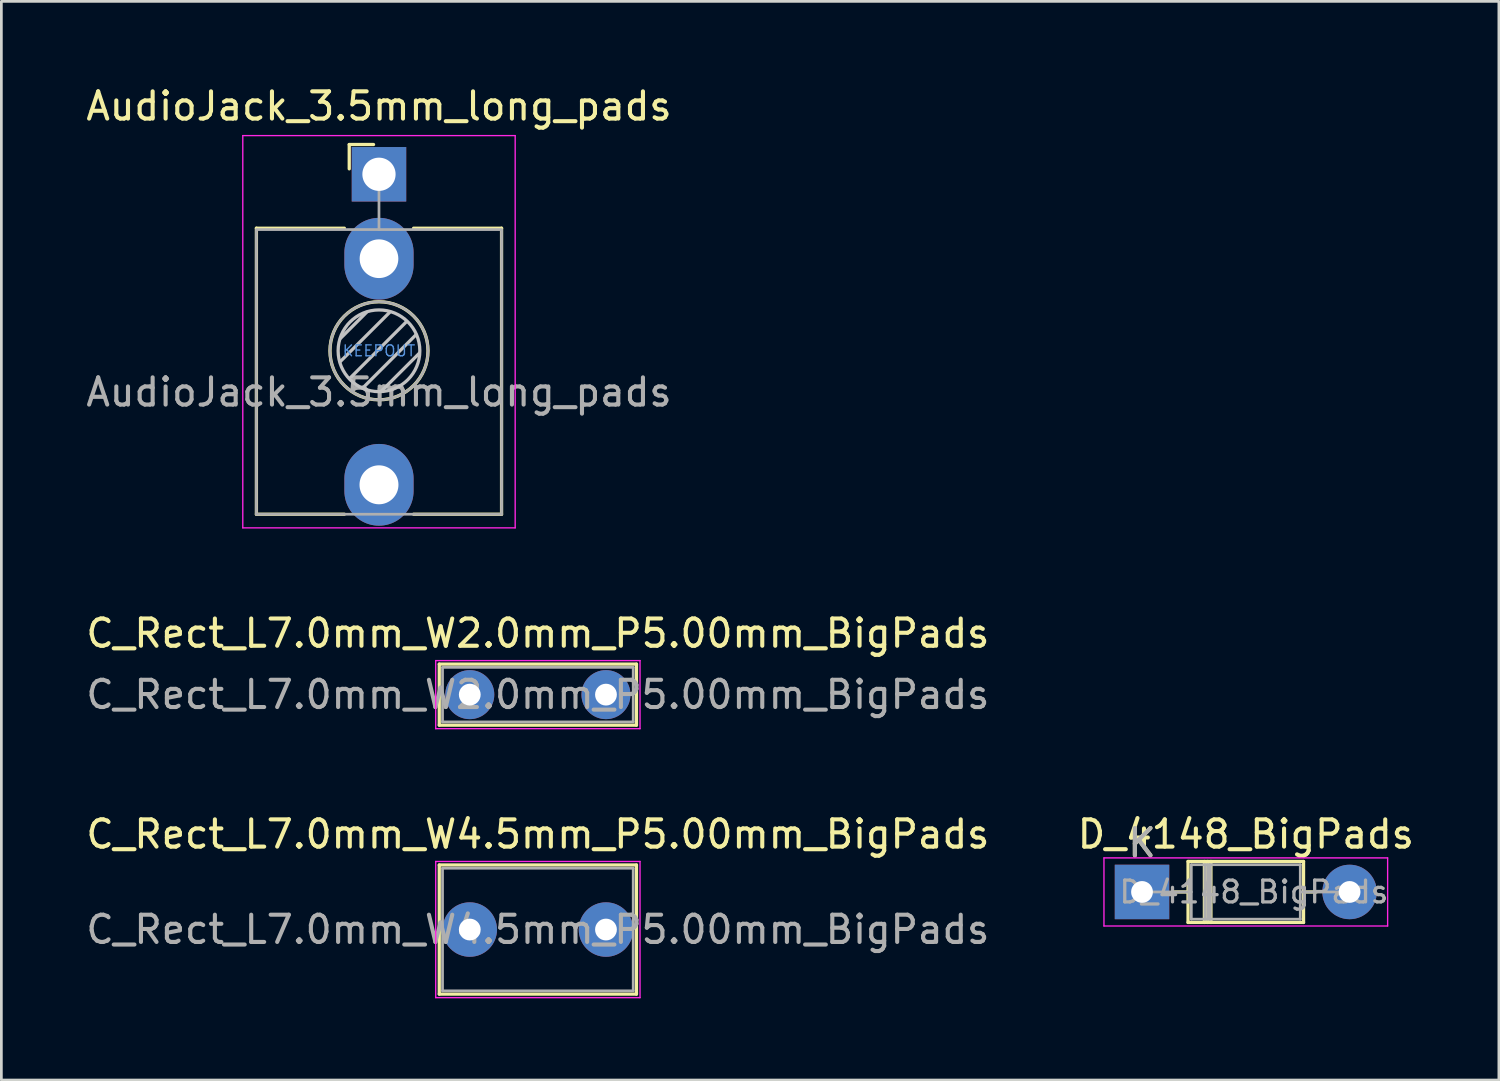
<source format=kicad_pcb>
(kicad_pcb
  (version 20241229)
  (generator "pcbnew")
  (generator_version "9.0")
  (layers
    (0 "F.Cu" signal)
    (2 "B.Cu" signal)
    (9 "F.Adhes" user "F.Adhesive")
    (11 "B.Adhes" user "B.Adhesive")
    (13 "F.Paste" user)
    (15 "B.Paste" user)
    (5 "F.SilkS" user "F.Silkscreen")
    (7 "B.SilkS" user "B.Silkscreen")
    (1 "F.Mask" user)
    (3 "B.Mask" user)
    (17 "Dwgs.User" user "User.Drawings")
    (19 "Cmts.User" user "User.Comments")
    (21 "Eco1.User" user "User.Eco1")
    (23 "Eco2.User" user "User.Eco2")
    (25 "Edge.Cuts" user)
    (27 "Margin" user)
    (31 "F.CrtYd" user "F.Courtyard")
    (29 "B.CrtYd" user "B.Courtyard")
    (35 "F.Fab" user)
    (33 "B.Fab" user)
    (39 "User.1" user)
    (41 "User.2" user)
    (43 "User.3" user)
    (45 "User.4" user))
  (footprint "AudioJack_3.5mm_long_pads"
    (layer "F.Cu")
    (at 10.863 3.348)
    (property "Reference" "AudioJack_3.5mm_long_pads" (at 0 -2.5 0) (layer "F.SilkS") (effects (font (size 1 1) (thickness 0.15))))
    (attr through_hole)
    (fp_line (start -4.5 1.98) (end -4.5 12.48) (stroke (width 0.12) (type solid)) (layer "F.SilkS"))
    (fp_line (start -1.27 1.98) (end -4.5 1.98) (stroke (width 0.12) (type solid)) (layer "F.SilkS"))
    (fp_line (start -1.27 12.48) (end -4.5 12.48) (stroke (width 0.12) (type solid)) (layer "F.SilkS"))
    (fp_line (start -1.092 -1.092) (end -1.092 -0.2) (stroke (width 0.12) (type solid)) (layer "F.SilkS"))
    (fp_line (start -1.092 -1.092) (end -0.2 -1.092) (stroke (width 0.12) (type solid)) (layer "F.SilkS"))
    (fp_line (start 4.5 1.98) (end 1.27 1.98) (stroke (width 0.12) (type solid)) (layer "F.SilkS"))
    (fp_line (start 4.5 1.98) (end 4.5 12.48) (stroke (width 0.12) (type solid)) (layer "F.SilkS"))
    (fp_line (start 4.5 12.48) (end 1.27 12.48) (stroke (width 0.12) (type solid)) (layer "F.SilkS"))
    (fp_circle (center 0 6.48) (end 1.8 6.48) (stroke (width 0.12) (type solid)) (fill no) (layer "F.SilkS"))
    (fp_line (start -1.42 6.875) (end 0.4 5.06) (stroke (width 0.12) (type solid)) (layer "Dwgs.User"))
    (fp_line (start -1.41 6.02) (end -0.46 5.07) (stroke (width 0.12) (type solid)) (layer "Dwgs.User"))
    (fp_line (start -1.07 7.49) (end 1.01 5.41) (stroke (width 0.12) (type solid)) (layer "Dwgs.User"))
    (fp_line (start -0.58 7.83) (end 1.36 5.89) (stroke (width 0.12) (type solid)) (layer "Dwgs.User"))
    (fp_line (start 0.09 7.96) (end 1.48 6.57) (stroke (width 0.12) (type solid)) (layer "Dwgs.User"))
    (fp_circle (center 0 6.48) (end 1.5 6.48) (stroke (width 0.12) (type solid)) (fill no) (layer "Dwgs.User"))
    (fp_line (start -5 12.98) (end -5 -1.42) (stroke (width 0.05) (type solid)) (layer "F.CrtYd"))
    (fp_line (start 5 -1.42) (end -5 -1.42) (stroke (width 0.05) (type solid)) (layer "F.CrtYd"))
    (fp_line (start 5 12.98) (end -5 12.98) (stroke (width 0.05) (type solid)) (layer "F.CrtYd"))
    (fp_line (start 5 12.98) (end 5 -1.42) (stroke (width 0.05) (type solid)) (layer "F.CrtYd"))
    (fp_line (start -4.5 12.48) (end -4.5 2.08) (stroke (width 0.1) (type solid)) (layer "F.Fab"))
    (fp_line (start 0 0) (end 0 2.03) (stroke (width 0.1) (type solid)) (layer "F.Fab"))
    (fp_line (start 4.5 2.03) (end -4.5 2.03) (stroke (width 0.1) (type solid)) (layer "F.Fab"))
    (fp_line (start 4.5 12.48) (end -4.5 12.48) (stroke (width 0.1) (type solid)) (layer "F.Fab"))
    (fp_line (start 4.5 12.48) (end 4.5 2.08) (stroke (width 0.1) (type solid)) (layer "F.Fab"))
    (fp_circle (center 0 6.48) (end 1.8 6.48) (stroke (width 0.1) (type solid)) (fill no) (layer "F.Fab"))
    (fp_text user "KEEPOUT" (at 0 6.48 0) (layer "Cmts.User") (effects (font (size 0.4 0.4) (thickness 0.051))))
    (fp_text user "${REFERENCE}" (at 0 8 180) (layer "F.Fab") (effects (font (size 1 1) (thickness 0.15))))
    (pad "S" thru_hole rect (at 0 0 180) (size 2 2) (drill 1.22) (layers "*.Cu" "*.Mask"))
    (pad "T" thru_hole oval (at 0 11.4 180) (size 2.54 3) (drill 1.43) (layers "*.Cu" "*.Mask"))
    (pad "TN" thru_hole oval (at 0 3.1 180) (size 2.54 3) (drill 1.42) (layers "*.Cu" "*.Mask")))
  (footprint "C_Rect_L7.0mm_W2.0mm_P5.00mm_BigPads"
    (layer "F.Cu")
    (at 14.196 22.451)
    (property "Reference" "C_Rect_L7.0mm_W2.0mm_P5.00mm_BigPads" (at 2.5 -2.25 0) (layer "F.SilkS") (effects (font (size 1 1) (thickness 0.15))))
    (attr through_hole)
    (fp_line (start -1.12 -1.12) (end -1.12 1.12) (stroke (width 0.12) (type solid)) (layer "F.SilkS"))
    (fp_line (start -1.12 -1.12) (end 6.12 -1.12) (stroke (width 0.12) (type solid)) (layer "F.SilkS"))
    (fp_line (start -1.12 1.12) (end 6.12 1.12) (stroke (width 0.12) (type solid)) (layer "F.SilkS"))
    (fp_line (start 6.12 -1.12) (end 6.12 1.12) (stroke (width 0.12) (type solid)) (layer "F.SilkS"))
    (fp_line (start -1.25 -1.25) (end -1.25 1.25) (stroke (width 0.05) (type solid)) (layer "F.CrtYd"))
    (fp_line (start -1.25 1.25) (end 6.25 1.25) (stroke (width 0.05) (type solid)) (layer "F.CrtYd"))
    (fp_line (start 6.25 -1.25) (end -1.25 -1.25) (stroke (width 0.05) (type solid)) (layer "F.CrtYd"))
    (fp_line (start 6.25 1.25) (end 6.25 -1.25) (stroke (width 0.05) (type solid)) (layer "F.CrtYd"))
    (fp_line (start -1 -1) (end -1 1) (stroke (width 0.1) (type solid)) (layer "F.Fab"))
    (fp_line (start -1 1) (end 6 1) (stroke (width 0.1) (type solid)) (layer "F.Fab"))
    (fp_line (start 6 -1) (end -1 -1) (stroke (width 0.1) (type solid)) (layer "F.Fab"))
    (fp_line (start 6 1) (end 6 -1) (stroke (width 0.1) (type solid)) (layer "F.Fab"))
    (fp_text user "${REFERENCE}" (at 2.5 0 0) (layer "F.Fab") (effects (font (size 1 1) (thickness 0.15))))
    (pad "1" thru_hole circle (at 0 0) (size 1.8 1.8) (drill 0.8) (layers "*.Cu" "*.Mask"))
    (pad "2" thru_hole circle (at 5 0) (size 1.8 1.8) (drill 0.8) (layers "*.Cu" "*.Mask")))
  (footprint "C_Rect_L7.0mm_W4.5mm_P5.00mm_BigPads"
    (layer "F.Cu")
    (at 14.196 31.075)
    (property "Reference" "C_Rect_L7.0mm_W4.5mm_P5.00mm_BigPads" (at 2.5 -3.5 0) (layer "F.SilkS") (effects (font (size 1 1) (thickness 0.15))))
    (attr through_hole)
    (fp_line (start -1.12 -2.37) (end -1.12 2.37) (stroke (width 0.12) (type solid)) (layer "F.SilkS"))
    (fp_line (start -1.12 -2.37) (end 6.12 -2.37) (stroke (width 0.12) (type solid)) (layer "F.SilkS"))
    (fp_line (start -1.12 2.37) (end 6.12 2.37) (stroke (width 0.12) (type solid)) (layer "F.SilkS"))
    (fp_line (start 6.12 -2.37) (end 6.12 2.37) (stroke (width 0.12) (type solid)) (layer "F.SilkS"))
    (fp_line (start -1.25 -2.5) (end -1.25 2.5) (stroke (width 0.05) (type solid)) (layer "F.CrtYd"))
    (fp_line (start -1.25 2.5) (end 6.25 2.5) (stroke (width 0.05) (type solid)) (layer "F.CrtYd"))
    (fp_line (start 6.25 -2.5) (end -1.25 -2.5) (stroke (width 0.05) (type solid)) (layer "F.CrtYd"))
    (fp_line (start 6.25 2.5) (end 6.25 -2.5) (stroke (width 0.05) (type solid)) (layer "F.CrtYd"))
    (fp_line (start -1 -2.25) (end -1 2.25) (stroke (width 0.1) (type solid)) (layer "F.Fab"))
    (fp_line (start -1 2.25) (end 6 2.25) (stroke (width 0.1) (type solid)) (layer "F.Fab"))
    (fp_line (start 6 -2.25) (end -1 -2.25) (stroke (width 0.1) (type solid)) (layer "F.Fab"))
    (fp_line (start 6 2.25) (end 6 -2.25) (stroke (width 0.1) (type solid)) (layer "F.Fab"))
    (fp_text user "${REFERENCE}" (at 2.5 0 0) (layer "F.Fab") (effects (font (size 1 1) (thickness 0.15))))
    (pad "1" thru_hole circle (at 0 0) (size 2 2) (drill 0.8) (layers "*.Cu" "*.Mask"))
    (pad "2" thru_hole circle (at 5 0) (size 2 2) (drill 0.8) (layers "*.Cu" "*.Mask")))
  (footprint "D_4148_BigPads"
    (layer "F.Cu")
    (at 38.875 29.695)
    (property "Reference" "D_4148_BigPads" (at 3.81 -2.12 0) (layer "F.SilkS") (effects (font (size 1 1) (thickness 0.15))))
    (attr through_hole)
    (fp_line (start 1.2 0) (end 1.69 0) (stroke (width 0.12) (type solid)) (layer "F.SilkS"))
    (fp_line (start 1.69 -1.12) (end 1.69 1.12) (stroke (width 0.12) (type solid)) (layer "F.SilkS"))
    (fp_line (start 1.69 1.12) (end 5.93 1.12) (stroke (width 0.12) (type solid)) (layer "F.SilkS"))
    (fp_line (start 2.29 -1.12) (end 2.29 1.12) (stroke (width 0.12) (type solid)) (layer "F.SilkS"))
    (fp_line (start 2.41 -1.12) (end 2.41 1.12) (stroke (width 0.12) (type solid)) (layer "F.SilkS"))
    (fp_line (start 2.53 -1.12) (end 2.53 1.12) (stroke (width 0.12) (type solid)) (layer "F.SilkS"))
    (fp_line (start 5.93 -1.12) (end 1.69 -1.12) (stroke (width 0.12) (type solid)) (layer "F.SilkS"))
    (fp_line (start 5.93 1.12) (end 5.93 -1.12) (stroke (width 0.12) (type solid)) (layer "F.SilkS"))
    (fp_line (start 6.4 0) (end 5.93 0) (stroke (width 0.12) (type solid)) (layer "F.SilkS"))
    (fp_line (start -1.397 -1.25) (end -1.397 1.25) (stroke (width 0.05) (type solid)) (layer "F.CrtYd"))
    (fp_line (start -1.397 1.25) (end 9.017 1.25) (stroke (width 0.05) (type solid)) (layer "F.CrtYd"))
    (fp_line (start 9.017 -1.25) (end -1.397 -1.25) (stroke (width 0.05) (type solid)) (layer "F.CrtYd"))
    (fp_line (start 9.017 1.25) (end 9.017 -1.25) (stroke (width 0.05) (type solid)) (layer "F.CrtYd"))
    (fp_line (start 0 0) (end 1.81 0) (stroke (width 0.1) (type solid)) (layer "F.Fab"))
    (fp_line (start 1.81 -1) (end 1.81 1) (stroke (width 0.1) (type solid)) (layer "F.Fab"))
    (fp_line (start 1.81 1) (end 5.81 1) (stroke (width 0.1) (type solid)) (layer "F.Fab"))
    (fp_line (start 2.31 -1) (end 2.31 1) (stroke (width 0.1) (type solid)) (layer "F.Fab"))
    (fp_line (start 2.41 -1) (end 2.41 1) (stroke (width 0.1) (type solid)) (layer "F.Fab"))
    (fp_line (start 2.51 -1) (end 2.51 1) (stroke (width 0.1) (type solid)) (layer "F.Fab"))
    (fp_line (start 5.81 -1) (end 1.81 -1) (stroke (width 0.1) (type solid)) (layer "F.Fab"))
    (fp_line (start 5.81 1) (end 5.81 -1) (stroke (width 0.1) (type solid)) (layer "F.Fab"))
    (fp_line (start 7.62 0) (end 5.81 0) (stroke (width 0.1) (type solid)) (layer "F.Fab"))
    (fp_text user "K" (at 0 -1.8 0) (layer "F.SilkS") (effects (font (size 1 1) (thickness 0.15))))
    (fp_text user "K" (at 0 -1.8 0) (layer "F.Fab") (effects (font (size 1 1) (thickness 0.15))))
    (fp_text user "${REFERENCE}" (at 4.11 0 0) (layer "F.Fab") (effects (font (size 0.8 0.8) (thickness 0.12))))
    (pad "1" thru_hole rect (at 0 0) (size 2 2) (drill 0.8) (layers "*.Cu" "*.Mask"))
    (pad "2" thru_hole oval (at 7.62 0) (size 2 2) (drill 0.8) (layers "*.Cu" "*.Mask")))
  (gr_rect
    (start -3 -3)
    (end 51.976 36.6)
    (stroke (width 0.1) (type default))
    (fill no)
    (layer "Edge.Cuts")))
</source>
